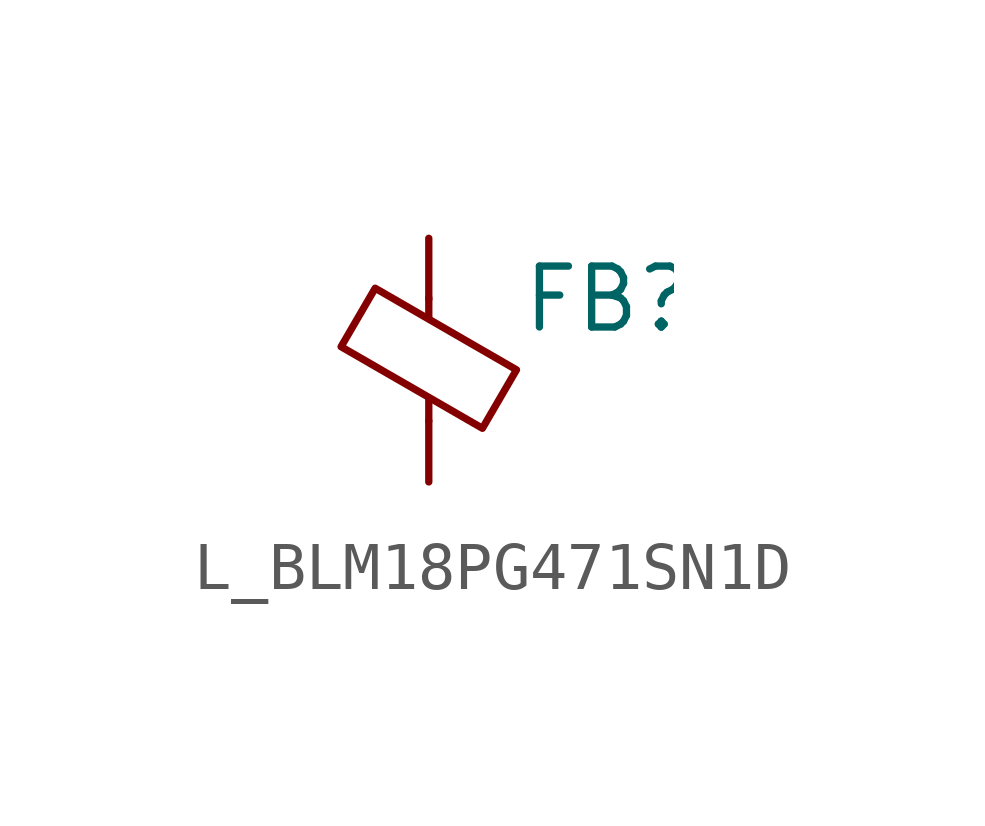
<source format=kicad_sym>
(kicad_symbol_lib
  (version 20211014)
  (generator kicad_symbol_editor)
  (symbol "L_BLM18PG471SN1D"
    (pin_numbers hide)
    (pin_names
      (offset 0))
    (property "Reference" "FB"
      (at 1.905 1.27 0)
      (effects (font (size 1.27 1.27)) (justify left)))
    (symbol "L_BLM18PG471SN1D_0_1"
      (polyline (pts (xy 0 -1.27) (xy 0 -0.787)) (stroke (width 0) (type default) (color 0 0 0 0)) (fill (type none)))
      (polyline (pts (xy 0 0.889) (xy 0 1.295)) (stroke (width 0) (type default) (color 0 0 0 0)) (fill (type none)))
      (polyline (pts (xy -1.829 0.279) (xy -1.118 1.499) (xy 1.829 -0.203) (xy 1.118 -1.422) (xy -1.829 0.279)) (stroke (width 0) (type default) (color 0 0 0 0)) (fill (type none))))
    (symbol "L_BLM18PG471SN1D_1_1"
      (pin passive line (at 0 2.54 270) (length 1.27) (name "~" (effects (font (size 1.27 1.27)))) (number "1" (effects (font (size 1.27 1.27)))))
      (pin passive line (at 0 -2.54 90) (length 1.27) (name "~" (effects (font (size 1.27 1.27)))) (number "2" (effects (font (size 1.27 1.27))))))))
</source>
